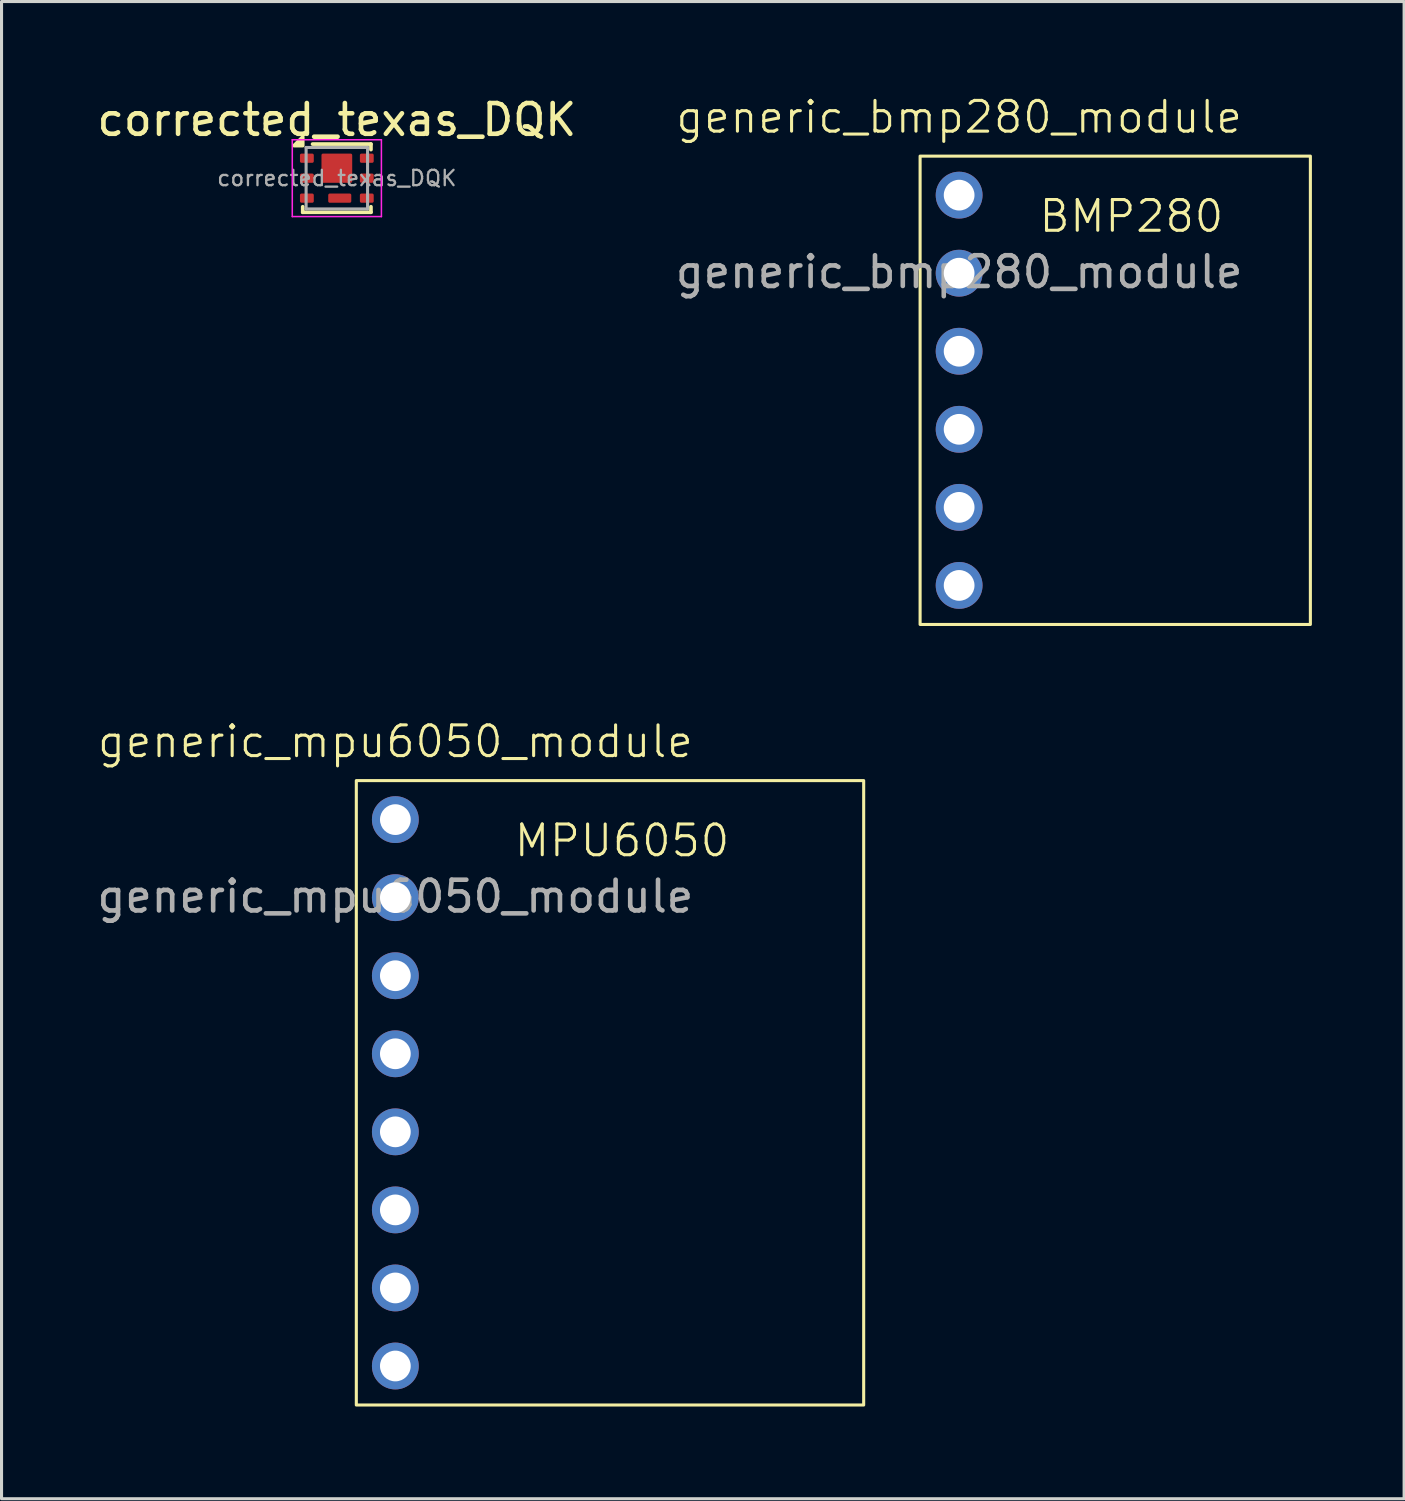
<source format=kicad_pcb>
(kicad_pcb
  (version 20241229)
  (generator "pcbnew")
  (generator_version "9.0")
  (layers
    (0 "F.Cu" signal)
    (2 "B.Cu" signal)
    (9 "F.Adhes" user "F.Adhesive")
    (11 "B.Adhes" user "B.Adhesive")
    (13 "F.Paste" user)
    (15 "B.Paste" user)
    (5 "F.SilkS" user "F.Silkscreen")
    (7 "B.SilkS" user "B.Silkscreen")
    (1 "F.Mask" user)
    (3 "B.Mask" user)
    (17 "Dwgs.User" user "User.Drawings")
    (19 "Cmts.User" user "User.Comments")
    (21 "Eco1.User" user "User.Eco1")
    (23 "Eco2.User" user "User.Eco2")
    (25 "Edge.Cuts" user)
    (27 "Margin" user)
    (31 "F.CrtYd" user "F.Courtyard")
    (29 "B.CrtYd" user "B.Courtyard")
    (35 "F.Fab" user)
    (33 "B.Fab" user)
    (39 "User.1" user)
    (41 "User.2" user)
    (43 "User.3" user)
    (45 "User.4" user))
  (footprint "generic_bmp280_module"
    (layer "F.Cu")
    (at 28.161 3.3)
    (property "Reference" "generic_bmp280_module" (at 0 -2.54 0) (unlocked yes) (layer "F.SilkS") (effects (font (size 1 1) (thickness 0.1))))
    (attr through_hole)
    (fp_rect (start -1.27 -1.27) (end 11.43 13.97) (stroke (width 0.1) (type default)) (fill no) (layer "F.SilkS"))
    (fp_text user "BMP280" (at 2.54 1.27 0) (unlocked yes) (layer "F.SilkS") (effects (font (size 1 1) (thickness 0.1)) (justify left bottom)))
    (fp_text user "${REFERENCE}" (at 0 2.5 0) (unlocked yes) (layer "F.Fab") (effects (font (size 1 1) (thickness 0.15))))
    (pad "1" thru_hole circle (at 0 0) (size 1.524 1.524) (drill 1) (layers "*.Cu" "*.Mask"))
    (pad "2" thru_hole circle (at 0 2.54) (size 1.524 1.524) (drill 1) (layers "*.Cu" "*.Mask"))
    (pad "3" thru_hole circle (at 0 5.08) (size 1.524 1.524) (drill 1) (layers "*.Cu" "*.Mask"))
    (pad "4" thru_hole circle (at 0 7.62) (size 1.524 1.524) (drill 1) (layers "*.Cu" "*.Mask"))
    (pad "5" thru_hole circle (at 0 10.16) (size 1.524 1.524) (drill 1) (layers "*.Cu" "*.Mask"))
    (pad "6" thru_hole circle (at 0 12.7) (size 1.524 1.524) (drill 1) (layers "*.Cu" "*.Mask")))
  (footprint "corrected_texas_DQK"
    (layer "F.Cu")
    (at 7.911 2.748)
    (property "Reference" "corrected_texas_DQK" (at 0 -1.9 0) (layer "F.SilkS") (effects (font (size 1 1) (thickness 0.15))))
    (attr smd)
    (fp_line (start -1.11 0.93) (end -1.11 1.11) (stroke (width 0.12) (type solid)) (layer "F.SilkS"))
    (fp_line (start -1.11 1.11) (end 1.11 1.11) (stroke (width 0.12) (type solid)) (layer "F.SilkS"))
    (fp_line (start -0.79 -1.11) (end 1.11 -1.11) (stroke (width 0.12) (type solid)) (layer "F.SilkS"))
    (fp_line (start 1.11 -1.11) (end 1.11 -0.93) (stroke (width 0.12) (type solid)) (layer "F.SilkS"))
    (fp_line (start 1.11 0.93) (end 1.11 1.11) (stroke (width 0.12) (type solid)) (layer "F.SilkS"))
    (fp_poly (pts (xy -1.11 -1.06) (xy -1.39 -1.06) (xy -1.11 -1.34) (xy -1.11 -1.06)) (stroke (width 0.12) (type solid)) (fill yes) (layer "F.SilkS"))
    (fp_line (start -1.45 -1.25) (end -1.45 1.25) (stroke (width 0.05) (type solid)) (layer "F.CrtYd"))
    (fp_line (start -1.45 -1.25) (end 1.45 -1.25) (stroke (width 0.05) (type solid)) (layer "F.CrtYd"))
    (fp_line (start -1.45 1.25) (end 1.45 1.25) (stroke (width 0.05) (type solid)) (layer "F.CrtYd"))
    (fp_line (start 1.45 -1.25) (end 1.45 1.25) (stroke (width 0.05) (type solid)) (layer "F.CrtYd"))
    (fp_line (start -1 -1) (end -1 1) (stroke (width 0.1) (type solid)) (layer "F.Fab"))
    (fp_line (start -1 -1) (end 1 -1) (stroke (width 0.1) (type solid)) (layer "F.Fab"))
    (fp_line (start -1 1) (end 1 1) (stroke (width 0.1) (type solid)) (layer "F.Fab"))
    (fp_line (start 1 -1) (end 1 1) (stroke (width 0.1) (type solid)) (layer "F.Fab"))
    (fp_text user "${REFERENCE}" (at 0 0 0) (layer "F.Fab") (effects (font (size 0.5 0.5) (thickness 0.075))))
    (pad "" smd roundrect (at 0 -0.325) (size 0.9 0.86) (layers "F.Paste") (roundrect_rratio 0.058))
    (pad "" smd roundrect (at 0.095 0.65) (size 0.7 0.29) (layers "F.Paste") (roundrect_rratio 0.172))
    (pad "1" smd roundrect (at -0.975 -0.65) (size 0.45 0.3) (layers "F.Cu" "F.Mask" "F.Paste") (roundrect_rratio 0.167))
    (pad "1" smd roundrect (at -0.975 0) (size 0.45 0.3) (layers "F.Cu" "F.Mask" "F.Paste") (roundrect_rratio 0.167))
    (pad "1" smd roundrect (at 0 -0.325) (size 1 0.95) (layers "F.Cu" "F.Mask") (roundrect_rratio 0.053))
    (pad "1" smd roundrect (at 0.975 -0.65) (size 0.45 0.3) (layers "F.Cu" "F.Mask" "F.Paste") (roundrect_rratio 0.167))
    (pad "1" smd roundrect (at 0.975 0) (size 0.45 0.3) (layers "F.Cu" "F.Mask" "F.Paste") (roundrect_rratio 0.167))
    (pad "2" smd roundrect (at -0.975 0.65) (size 0.45 0.3) (layers "F.Cu" "F.Mask" "F.Paste") (roundrect_rratio 0.167))
    (pad "3" smd roundrect (at 0.095 0.65) (size 0.75 0.3) (layers "F.Cu" "F.Mask") (roundrect_rratio 0.167))
    (pad "3" smd roundrect (at 0.975 0.65) (size 0.45 0.3) (layers "F.Cu" "F.Mask" "F.Paste") (roundrect_rratio 0.167)))
  (footprint "generic_mpu6050_module"
    (layer "F.Cu")
    (at 9.815 23.621)
    (property "Reference" "generic_mpu6050_module" (at 0 -2.54 0) (unlocked yes) (layer "F.SilkS") (effects (font (size 1 1) (thickness 0.1))))
    (attr through_hole)
    (fp_rect (start -1.27 -1.27) (end 15.24 19.05) (stroke (width 0.1) (type default)) (fill no) (layer "F.SilkS"))
    (fp_text user "MPU6050" (at 3.81 1.27 0) (unlocked yes) (layer "F.SilkS") (effects (font (size 1 1) (thickness 0.1)) (justify left bottom)))
    (fp_text user "${REFERENCE}" (at 0 2.5 0) (unlocked yes) (layer "F.Fab") (effects (font (size 1 1) (thickness 0.15))))
    (pad "1" thru_hole circle (at 0 0) (size 1.524 1.524) (drill 1) (layers "*.Cu" "*.Mask"))
    (pad "2" thru_hole circle (at 0 2.54) (size 1.524 1.524) (drill 1) (layers "*.Cu" "*.Mask"))
    (pad "3" thru_hole circle (at 0 5.08) (size 1.524 1.524) (drill 1) (layers "*.Cu" "*.Mask"))
    (pad "4" thru_hole circle (at 0 7.62) (size 1.524 1.524) (drill 1) (layers "*.Cu" "*.Mask"))
    (pad "5" thru_hole circle (at 0 10.16) (size 1.524 1.524) (drill 1) (layers "*.Cu" "*.Mask"))
    (pad "6" thru_hole circle (at 0 12.7) (size 1.524 1.524) (drill 1) (layers "*.Cu" "*.Mask"))
    (pad "7" thru_hole circle (at 0 15.24) (size 1.524 1.524) (drill 1) (layers "*.Cu" "*.Mask"))
    (pad "8" thru_hole circle (at 0 17.78) (size 1.524 1.524) (drill 1) (layers "*.Cu" "*.Mask")))
  (gr_rect
    (start -3 -3)
    (end 42.641 45.721)
    (stroke (width 0.1) (type default))
    (fill no)
    (layer "Edge.Cuts")))
</source>
